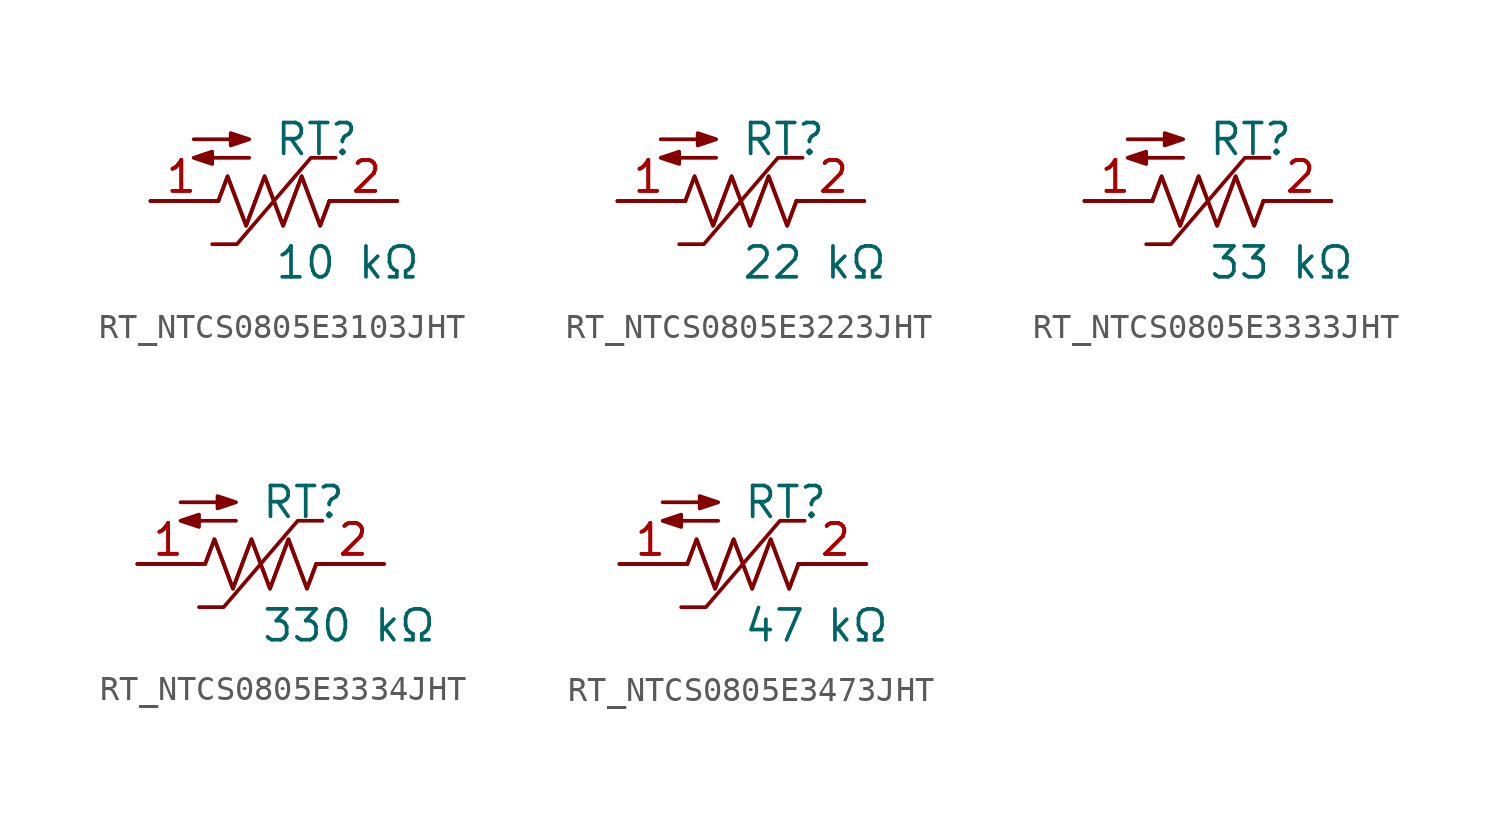
<source format=kicad_sym>
(kicad_symbol_lib
  (version 20231120)
  (generator kicad_symbol_editor)
  (generator_version 8.0)
  (symbol "RT_NTCS0805E3103JHT"
    (pin_names
      (offset 0.254))
    (property "Reference" "RT"
      (at 0 2.54 0)
      (effects (font (size 1.27 1.27)) (justify left)))
    (property "Value" "10 kΩ"
      (at 0 -2.54 0)
      (effects (font (size 1.27 1.27)) (justify left)))
    (symbol "RT_NTCS0805E3103JHT_0_1"
      (polyline (pts (xy -2.286 0) (xy -2.54 0)) (stroke (width 0) (type default)) (fill (type none)))
      (polyline (pts (xy 2.286 0) (xy 2.54 0)) (stroke (width 0) (type default)) (fill (type none)))
      (polyline (pts (xy 2.54 1.778) (xy 1.524 1.778) (xy -1.524 -1.778) (xy -2.54 -1.778)) (stroke (width 0) (type default)) (fill (type none)))
      (polyline (pts (xy -2.286 0) (xy -1.905 1.016) (xy -1.524 0) (xy -1.143 -1.016) (xy -0.762 0)) (stroke (width 0) (type default)) (fill (type none)))
      (polyline (pts (xy -0.762 0) (xy -0.381 1.016) (xy 0 0) (xy 0.381 -1.016) (xy 0.762 0)) (stroke (width 0) (type default)) (fill (type none)))
      (polyline (pts (xy 0.762 0) (xy 1.143 1.016) (xy 1.524 0) (xy 1.905 -1.016) (xy 2.286 0)) (stroke (width 0) (type default)) (fill (type none)))
      (polyline (pts (xy -3.302 2.54) (xy -1.016 2.54) (xy -1.778 2.794) (xy -1.778 2.286) (xy -1.016 2.54) (xy -1.27 2.54)) (stroke (width 0) (type default)) (fill (type outline)))
      (polyline (pts (xy -1.016 1.778) (xy -3.302 1.778) (xy -2.54 2.032) (xy -2.54 1.524) (xy -3.302 1.778) (xy -3.048 1.778)) (stroke (width 0) (type default)) (fill (type outline))))
    (pin passive line
      (at -5.08 0 0)
      (length 2.54)
      (name "" (effects (font (size 1.27 1.27))))
      (number "1" (effects (font (size 1.27 1.27)))))
    (pin passive line
      (at 5.08 0 180)
      (length 2.54)
      (name "" (effects (font (size 1.27 1.27))))
      (number "2" (effects (font (size 1.27 1.27)))))
    (symbol "RT_NTCS0805E3103JHT_0_1"
      (polyline (pts (xy 2.286 0) (xy 2.54 0)) (stroke (width 0) (type default)) (fill (type none)))
      (polyline (pts (xy -2.286 0) (xy -2.54 0)) (stroke (width 0) (type default)) (fill (type none)))
      (polyline (pts (xy 0.762 0) (xy 1.143 1.016) (xy 1.524 0) (xy 1.905 -1.016) (xy 2.286 0)) (stroke (width 0) (type default)) (fill (type none)))
      (polyline (pts (xy -0.762 0) (xy -0.381 1.016) (xy 0 0) (xy 0.381 -1.016) (xy 0.762 0)) (stroke (width 0) (type default)) (fill (type none)))
      (polyline (pts (xy -2.286 0) (xy -1.905 1.016) (xy -1.524 0) (xy -1.143 -1.016) (xy -0.762 0)) (stroke (width 0) (type default)) (fill (type none))))
    (pin passive line
      (at -5.08 0 0)
      (length 2.54)
      (name "" (effects (font (size 1.27 1.27))))
      (number "1" (effects (font (size 1.27 1.27)))))
    (pin passive line
      (at 5.08 0 180)
      (length 2.54)
      (name "" (effects (font (size 1.27 1.27))))
      (number "2" (effects (font (size 1.27 1.27))))))
  (symbol "RT_NTCS0805E3223JHT"
    (pin_names
      (offset 0.254))
    (property "Reference" "RT"
      (at 0 2.54 0)
      (effects (font (size 1.27 1.27)) (justify left)))
    (property "Value" "22 kΩ"
      (at 0 -2.54 0)
      (effects (font (size 1.27 1.27)) (justify left)))
    (symbol "RT_NTCS0805E3223JHT_0_1"
      (polyline (pts (xy -2.286 0) (xy -2.54 0)) (stroke (width 0) (type default)) (fill (type none)))
      (polyline (pts (xy 2.286 0) (xy 2.54 0)) (stroke (width 0) (type default)) (fill (type none)))
      (polyline (pts (xy 2.54 1.778) (xy 1.524 1.778) (xy -1.524 -1.778) (xy -2.54 -1.778)) (stroke (width 0) (type default)) (fill (type none)))
      (polyline (pts (xy -2.286 0) (xy -1.905 1.016) (xy -1.524 0) (xy -1.143 -1.016) (xy -0.762 0)) (stroke (width 0) (type default)) (fill (type none)))
      (polyline (pts (xy -0.762 0) (xy -0.381 1.016) (xy 0 0) (xy 0.381 -1.016) (xy 0.762 0)) (stroke (width 0) (type default)) (fill (type none)))
      (polyline (pts (xy 0.762 0) (xy 1.143 1.016) (xy 1.524 0) (xy 1.905 -1.016) (xy 2.286 0)) (stroke (width 0) (type default)) (fill (type none)))
      (polyline (pts (xy -3.302 2.54) (xy -1.016 2.54) (xy -1.778 2.794) (xy -1.778 2.286) (xy -1.016 2.54) (xy -1.27 2.54)) (stroke (width 0) (type default)) (fill (type outline)))
      (polyline (pts (xy -1.016 1.778) (xy -3.302 1.778) (xy -2.54 2.032) (xy -2.54 1.524) (xy -3.302 1.778) (xy -3.048 1.778)) (stroke (width 0) (type default)) (fill (type outline))))
    (pin passive line
      (at -5.08 0 0)
      (length 2.54)
      (name "" (effects (font (size 1.27 1.27))))
      (number "1" (effects (font (size 1.27 1.27)))))
    (pin passive line
      (at 5.08 0 180)
      (length 2.54)
      (name "" (effects (font (size 1.27 1.27))))
      (number "2" (effects (font (size 1.27 1.27)))))
    (symbol "RT_NTCS0805E3223JHT_0_1"
      (polyline (pts (xy 2.286 0) (xy 2.54 0)) (stroke (width 0) (type default)) (fill (type none)))
      (polyline (pts (xy -2.286 0) (xy -2.54 0)) (stroke (width 0) (type default)) (fill (type none)))
      (polyline (pts (xy 0.762 0) (xy 1.143 1.016) (xy 1.524 0) (xy 1.905 -1.016) (xy 2.286 0)) (stroke (width 0) (type default)) (fill (type none)))
      (polyline (pts (xy -0.762 0) (xy -0.381 1.016) (xy 0 0) (xy 0.381 -1.016) (xy 0.762 0)) (stroke (width 0) (type default)) (fill (type none)))
      (polyline (pts (xy -2.286 0) (xy -1.905 1.016) (xy -1.524 0) (xy -1.143 -1.016) (xy -0.762 0)) (stroke (width 0) (type default)) (fill (type none))))
    (pin passive line
      (at -5.08 0 0)
      (length 2.54)
      (name "" (effects (font (size 1.27 1.27))))
      (number "1" (effects (font (size 1.27 1.27)))))
    (pin passive line
      (at 5.08 0 180)
      (length 2.54)
      (name "" (effects (font (size 1.27 1.27))))
      (number "2" (effects (font (size 1.27 1.27))))))
  (symbol "RT_NTCS0805E3333JHT"
    (pin_names
      (offset 0.254))
    (property "Reference" "RT"
      (at 0 2.54 0)
      (effects (font (size 1.27 1.27)) (justify left)))
    (property "Value" "33 kΩ"
      (at 0 -2.54 0)
      (effects (font (size 1.27 1.27)) (justify left)))
    (symbol "RT_NTCS0805E3333JHT_0_1"
      (polyline (pts (xy -2.286 0) (xy -2.54 0)) (stroke (width 0) (type default)) (fill (type none)))
      (polyline (pts (xy 2.286 0) (xy 2.54 0)) (stroke (width 0) (type default)) (fill (type none)))
      (polyline (pts (xy 2.54 1.778) (xy 1.524 1.778) (xy -1.524 -1.778) (xy -2.54 -1.778)) (stroke (width 0) (type default)) (fill (type none)))
      (polyline (pts (xy -2.286 0) (xy -1.905 1.016) (xy -1.524 0) (xy -1.143 -1.016) (xy -0.762 0)) (stroke (width 0) (type default)) (fill (type none)))
      (polyline (pts (xy -0.762 0) (xy -0.381 1.016) (xy 0 0) (xy 0.381 -1.016) (xy 0.762 0)) (stroke (width 0) (type default)) (fill (type none)))
      (polyline (pts (xy 0.762 0) (xy 1.143 1.016) (xy 1.524 0) (xy 1.905 -1.016) (xy 2.286 0)) (stroke (width 0) (type default)) (fill (type none)))
      (polyline (pts (xy -3.302 2.54) (xy -1.016 2.54) (xy -1.778 2.794) (xy -1.778 2.286) (xy -1.016 2.54) (xy -1.27 2.54)) (stroke (width 0) (type default)) (fill (type outline)))
      (polyline (pts (xy -1.016 1.778) (xy -3.302 1.778) (xy -2.54 2.032) (xy -2.54 1.524) (xy -3.302 1.778) (xy -3.048 1.778)) (stroke (width 0) (type default)) (fill (type outline))))
    (pin passive line
      (at -5.08 0 0)
      (length 2.54)
      (name "" (effects (font (size 1.27 1.27))))
      (number "1" (effects (font (size 1.27 1.27)))))
    (pin passive line
      (at 5.08 0 180)
      (length 2.54)
      (name "" (effects (font (size 1.27 1.27))))
      (number "2" (effects (font (size 1.27 1.27)))))
    (symbol "RT_NTCS0805E3333JHT_0_1"
      (polyline (pts (xy 2.286 0) (xy 2.54 0)) (stroke (width 0) (type default)) (fill (type none)))
      (polyline (pts (xy -2.286 0) (xy -2.54 0)) (stroke (width 0) (type default)) (fill (type none)))
      (polyline (pts (xy 0.762 0) (xy 1.143 1.016) (xy 1.524 0) (xy 1.905 -1.016) (xy 2.286 0)) (stroke (width 0) (type default)) (fill (type none)))
      (polyline (pts (xy -0.762 0) (xy -0.381 1.016) (xy 0 0) (xy 0.381 -1.016) (xy 0.762 0)) (stroke (width 0) (type default)) (fill (type none)))
      (polyline (pts (xy -2.286 0) (xy -1.905 1.016) (xy -1.524 0) (xy -1.143 -1.016) (xy -0.762 0)) (stroke (width 0) (type default)) (fill (type none))))
    (pin passive line
      (at -5.08 0 0)
      (length 2.54)
      (name "" (effects (font (size 1.27 1.27))))
      (number "1" (effects (font (size 1.27 1.27)))))
    (pin passive line
      (at 5.08 0 180)
      (length 2.54)
      (name "" (effects (font (size 1.27 1.27))))
      (number "2" (effects (font (size 1.27 1.27))))))
  (symbol "RT_NTCS0805E3334JHT"
    (pin_names
      (offset 0.254))
    (property "Reference" "RT"
      (at 0 2.54 0)
      (effects (font (size 1.27 1.27)) (justify left)))
    (property "Value" "330 kΩ"
      (at 0 -2.54 0)
      (effects (font (size 1.27 1.27)) (justify left)))
    (symbol "RT_NTCS0805E3334JHT_0_1"
      (polyline (pts (xy -2.286 0) (xy -2.54 0)) (stroke (width 0) (type default)) (fill (type none)))
      (polyline (pts (xy 2.286 0) (xy 2.54 0)) (stroke (width 0) (type default)) (fill (type none)))
      (polyline (pts (xy 2.54 1.778) (xy 1.524 1.778) (xy -1.524 -1.778) (xy -2.54 -1.778)) (stroke (width 0) (type default)) (fill (type none)))
      (polyline (pts (xy -2.286 0) (xy -1.905 1.016) (xy -1.524 0) (xy -1.143 -1.016) (xy -0.762 0)) (stroke (width 0) (type default)) (fill (type none)))
      (polyline (pts (xy -0.762 0) (xy -0.381 1.016) (xy 0 0) (xy 0.381 -1.016) (xy 0.762 0)) (stroke (width 0) (type default)) (fill (type none)))
      (polyline (pts (xy 0.762 0) (xy 1.143 1.016) (xy 1.524 0) (xy 1.905 -1.016) (xy 2.286 0)) (stroke (width 0) (type default)) (fill (type none)))
      (polyline (pts (xy -3.302 2.54) (xy -1.016 2.54) (xy -1.778 2.794) (xy -1.778 2.286) (xy -1.016 2.54) (xy -1.27 2.54)) (stroke (width 0) (type default)) (fill (type outline)))
      (polyline (pts (xy -1.016 1.778) (xy -3.302 1.778) (xy -2.54 2.032) (xy -2.54 1.524) (xy -3.302 1.778) (xy -3.048 1.778)) (stroke (width 0) (type default)) (fill (type outline))))
    (pin passive line
      (at -5.08 0 0)
      (length 2.54)
      (name "" (effects (font (size 1.27 1.27))))
      (number "1" (effects (font (size 1.27 1.27)))))
    (pin passive line
      (at 5.08 0 180)
      (length 2.54)
      (name "" (effects (font (size 1.27 1.27))))
      (number "2" (effects (font (size 1.27 1.27)))))
    (symbol "RT_NTCS0805E3334JHT_0_1"
      (polyline (pts (xy 2.286 0) (xy 2.54 0)) (stroke (width 0) (type default)) (fill (type none)))
      (polyline (pts (xy -2.286 0) (xy -2.54 0)) (stroke (width 0) (type default)) (fill (type none)))
      (polyline (pts (xy 0.762 0) (xy 1.143 1.016) (xy 1.524 0) (xy 1.905 -1.016) (xy 2.286 0)) (stroke (width 0) (type default)) (fill (type none)))
      (polyline (pts (xy -0.762 0) (xy -0.381 1.016) (xy 0 0) (xy 0.381 -1.016) (xy 0.762 0)) (stroke (width 0) (type default)) (fill (type none)))
      (polyline (pts (xy -2.286 0) (xy -1.905 1.016) (xy -1.524 0) (xy -1.143 -1.016) (xy -0.762 0)) (stroke (width 0) (type default)) (fill (type none))))
    (pin passive line
      (at -5.08 0 0)
      (length 2.54)
      (name "" (effects (font (size 1.27 1.27))))
      (number "1" (effects (font (size 1.27 1.27)))))
    (pin passive line
      (at 5.08 0 180)
      (length 2.54)
      (name "" (effects (font (size 1.27 1.27))))
      (number "2" (effects (font (size 1.27 1.27))))))
  (symbol "RT_NTCS0805E3473JHT"
    (pin_names
      (offset 0.254))
    (property "Reference" "RT"
      (at 0 2.54 0)
      (effects (font (size 1.27 1.27)) (justify left)))
    (property "Value" "47 kΩ"
      (at 0 -2.54 0)
      (effects (font (size 1.27 1.27)) (justify left)))
    (symbol "RT_NTCS0805E3473JHT_0_1"
      (polyline (pts (xy -2.286 0) (xy -2.54 0)) (stroke (width 0) (type default)) (fill (type none)))
      (polyline (pts (xy 2.286 0) (xy 2.54 0)) (stroke (width 0) (type default)) (fill (type none)))
      (polyline (pts (xy 2.54 1.778) (xy 1.524 1.778) (xy -1.524 -1.778) (xy -2.54 -1.778)) (stroke (width 0) (type default)) (fill (type none)))
      (polyline (pts (xy -2.286 0) (xy -1.905 1.016) (xy -1.524 0) (xy -1.143 -1.016) (xy -0.762 0)) (stroke (width 0) (type default)) (fill (type none)))
      (polyline (pts (xy -0.762 0) (xy -0.381 1.016) (xy 0 0) (xy 0.381 -1.016) (xy 0.762 0)) (stroke (width 0) (type default)) (fill (type none)))
      (polyline (pts (xy 0.762 0) (xy 1.143 1.016) (xy 1.524 0) (xy 1.905 -1.016) (xy 2.286 0)) (stroke (width 0) (type default)) (fill (type none)))
      (polyline (pts (xy -3.302 2.54) (xy -1.016 2.54) (xy -1.778 2.794) (xy -1.778 2.286) (xy -1.016 2.54) (xy -1.27 2.54)) (stroke (width 0) (type default)) (fill (type outline)))
      (polyline (pts (xy -1.016 1.778) (xy -3.302 1.778) (xy -2.54 2.032) (xy -2.54 1.524) (xy -3.302 1.778) (xy -3.048 1.778)) (stroke (width 0) (type default)) (fill (type outline))))
    (pin passive line
      (at -5.08 0 0)
      (length 2.54)
      (name "" (effects (font (size 1.27 1.27))))
      (number "1" (effects (font (size 1.27 1.27)))))
    (pin passive line
      (at 5.08 0 180)
      (length 2.54)
      (name "" (effects (font (size 1.27 1.27))))
      (number "2" (effects (font (size 1.27 1.27)))))
    (symbol "RT_NTCS0805E3473JHT_0_1"
      (polyline (pts (xy 2.286 0) (xy 2.54 0)) (stroke (width 0) (type default)) (fill (type none)))
      (polyline (pts (xy -2.286 0) (xy -2.54 0)) (stroke (width 0) (type default)) (fill (type none)))
      (polyline (pts (xy 0.762 0) (xy 1.143 1.016) (xy 1.524 0) (xy 1.905 -1.016) (xy 2.286 0)) (stroke (width 0) (type default)) (fill (type none)))
      (polyline (pts (xy -0.762 0) (xy -0.381 1.016) (xy 0 0) (xy 0.381 -1.016) (xy 0.762 0)) (stroke (width 0) (type default)) (fill (type none)))
      (polyline (pts (xy -2.286 0) (xy -1.905 1.016) (xy -1.524 0) (xy -1.143 -1.016) (xy -0.762 0)) (stroke (width 0) (type default)) (fill (type none))))
    (pin passive line
      (at -5.08 0 0)
      (length 2.54)
      (name "" (effects (font (size 1.27 1.27))))
      (number "1" (effects (font (size 1.27 1.27)))))
    (pin passive line
      (at 5.08 0 180)
      (length 2.54)
      (name "" (effects (font (size 1.27 1.27))))
      (number "2" (effects (font (size 1.27 1.27)))))))
</source>
